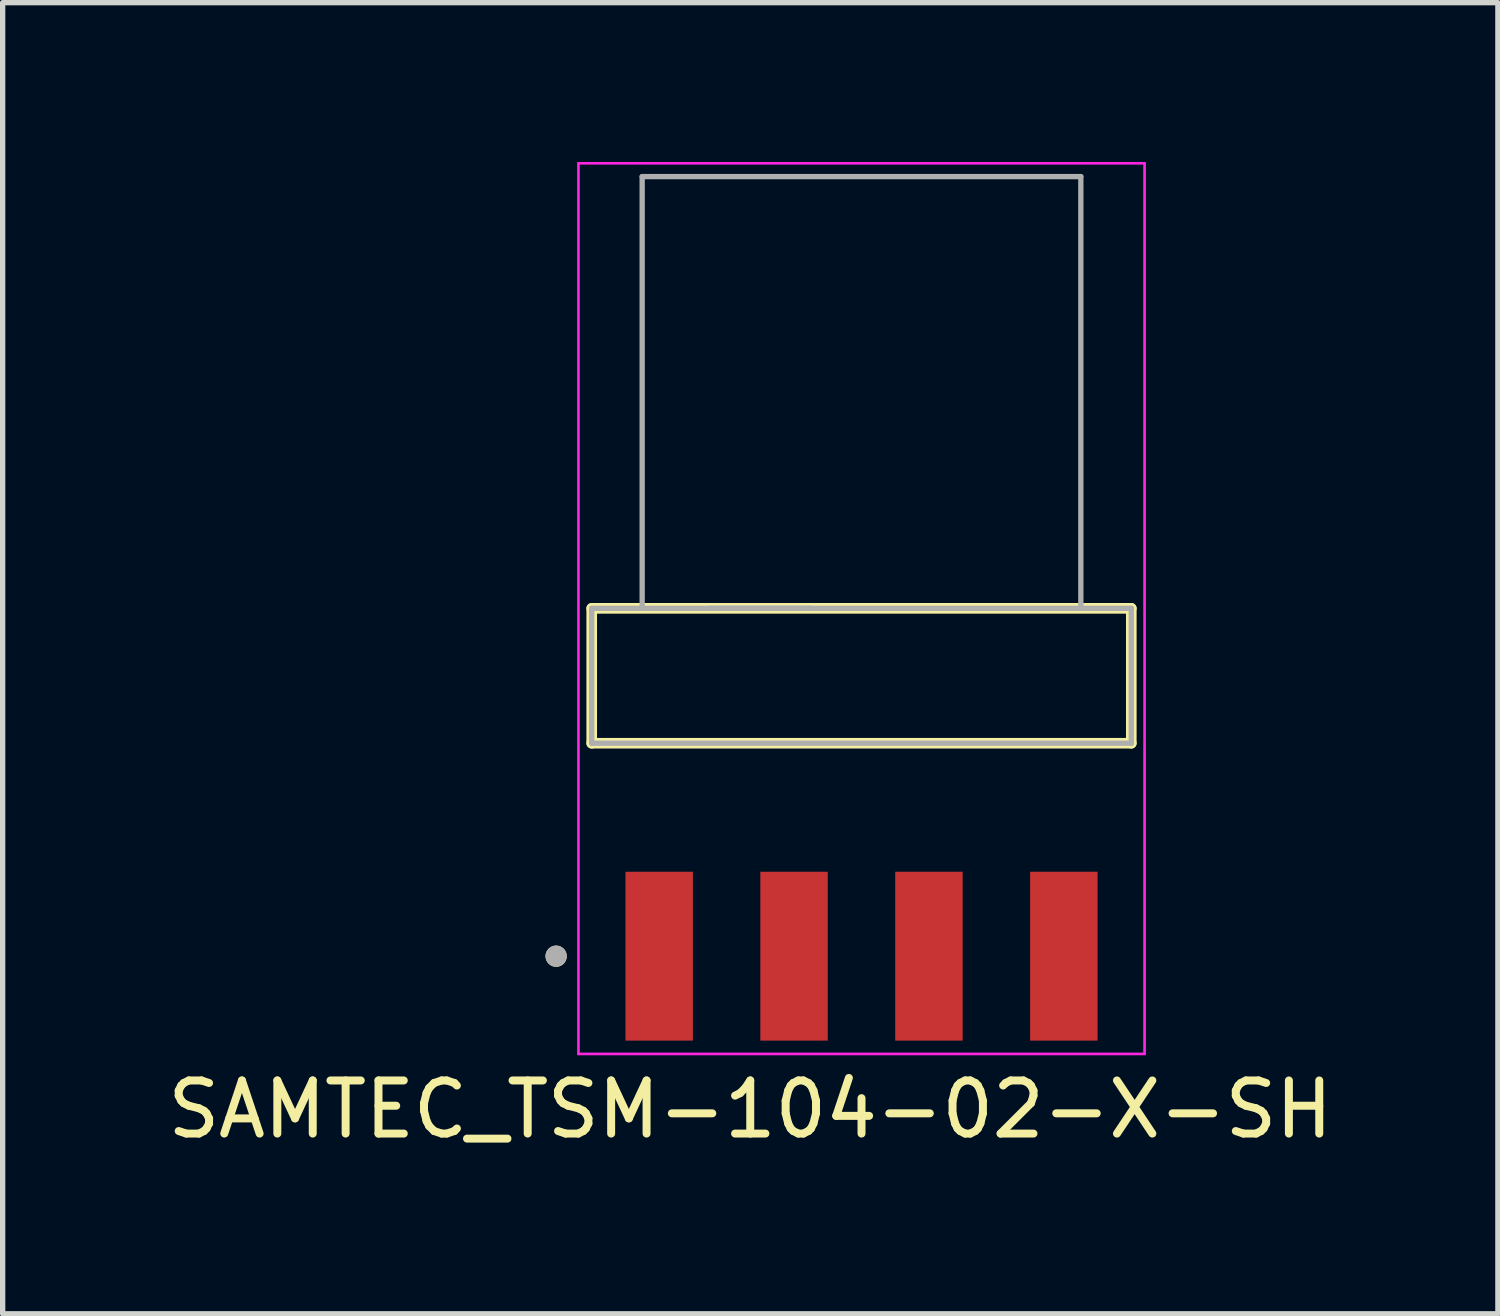
<source format=kicad_pcb>
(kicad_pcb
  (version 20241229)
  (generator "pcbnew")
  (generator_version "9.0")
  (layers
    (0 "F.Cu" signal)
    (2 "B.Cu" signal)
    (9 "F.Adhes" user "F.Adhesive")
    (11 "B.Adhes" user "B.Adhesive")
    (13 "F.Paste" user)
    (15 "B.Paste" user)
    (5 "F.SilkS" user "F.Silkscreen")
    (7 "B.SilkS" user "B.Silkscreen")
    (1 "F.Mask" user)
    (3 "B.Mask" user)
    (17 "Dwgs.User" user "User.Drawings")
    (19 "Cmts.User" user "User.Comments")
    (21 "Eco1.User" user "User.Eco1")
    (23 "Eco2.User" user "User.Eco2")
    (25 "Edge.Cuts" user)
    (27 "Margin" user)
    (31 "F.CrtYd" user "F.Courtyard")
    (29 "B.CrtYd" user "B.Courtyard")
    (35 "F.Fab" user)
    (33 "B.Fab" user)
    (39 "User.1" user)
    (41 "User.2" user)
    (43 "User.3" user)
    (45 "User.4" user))
  (footprint "SAMTEC_TSM-104-02-X-SH"
    (layer "F.Cu")
    (at 13.172 9.675)
    (property "Reference" "SAMTEC_TSM-104-02-X-SH" (at -2.095 8.165 0) (layer "F.SilkS") (effects (font (size 1 1) (thickness 0.15))))
    (attr smd)
    (fp_line (start -5.08 -1.27) (end -5.08 1.27) (stroke (width 0.2) (type solid)) (layer "F.SilkS"))
    (fp_line (start -5.08 1.27) (end 5.08 1.27) (stroke (width 0.2) (type solid)) (layer "F.SilkS"))
    (fp_line (start 5.08 -1.27) (end -5.08 -1.27) (stroke (width 0.2) (type solid)) (layer "F.SilkS"))
    (fp_line (start 5.08 1.27) (end 5.08 -1.27) (stroke (width 0.2) (type solid)) (layer "F.SilkS"))
    (fp_circle (center -5.75 5.28) (end -5.65 5.28) (stroke (width 0.2) (type solid)) (fill no) (layer "F.SilkS"))
    (fp_line (start -5.33 -9.65) (end -5.33 7.12) (stroke (width 0.05) (type solid)) (layer "F.CrtYd"))
    (fp_line (start -5.33 7.12) (end 5.33 7.12) (stroke (width 0.05) (type solid)) (layer "F.CrtYd"))
    (fp_line (start 5.33 -9.65) (end -5.33 -9.65) (stroke (width 0.05) (type solid)) (layer "F.CrtYd"))
    (fp_line (start 5.33 7.12) (end 5.33 -9.65) (stroke (width 0.05) (type solid)) (layer "F.CrtYd"))
    (fp_line (start -5.08 -1.27) (end -4.13 -1.27) (stroke (width 0.1) (type solid)) (layer "F.Fab"))
    (fp_line (start -5.08 1.27) (end -5.08 -1.27) (stroke (width 0.1) (type solid)) (layer "F.Fab"))
    (fp_line (start -5.08 1.27) (end 5.08 1.27) (stroke (width 0.1) (type solid)) (layer "F.Fab"))
    (fp_line (start -4.13 -9.4) (end 4.13 -9.4) (stroke (width 0.1) (type solid)) (layer "F.Fab"))
    (fp_line (start -4.13 -1.27) (end -4.13 -9.4) (stroke (width 0.1) (type solid)) (layer "F.Fab"))
    (fp_line (start -4.13 -1.27) (end 4.13 -1.27) (stroke (width 0.1) (type solid)) (layer "F.Fab"))
    (fp_line (start -2.858 -1.27) (end -0.952 -1.27) (stroke (width 0.1) (type solid)) (layer "F.Fab"))
    (fp_line (start 4.13 -1.27) (end 4.13 -9.4) (stroke (width 0.1) (type solid)) (layer "F.Fab"))
    (fp_line (start 4.13 -1.27) (end 5.08 -1.27) (stroke (width 0.1) (type solid)) (layer "F.Fab"))
    (fp_line (start 5.08 -1.27) (end 5.08 1.27) (stroke (width 0.1) (type solid)) (layer "F.Fab"))
    (fp_circle (center -5.75 5.28) (end -5.65 5.28) (stroke (width 0.2) (type solid)) (fill no) (layer "F.Fab"))
    (pad "1" smd rect (at -3.81 5.28) (size 1.27 3.18) (layers "F.Cu" "F.Mask" "F.Paste"))
    (pad "2" smd rect (at -1.27 5.28) (size 1.27 3.18) (layers "F.Cu" "F.Mask" "F.Paste"))
    (pad "3" smd rect (at 1.27 5.28) (size 1.27 3.18) (layers "F.Cu" "F.Mask" "F.Paste"))
    (pad "4" smd rect (at 3.81 5.28) (size 1.27 3.18) (layers "F.Cu" "F.Mask" "F.Paste")))
  (gr_rect
    (start -3 -3)
    (end 25.155 21.688)
    (stroke (width 0.1) (type default))
    (fill no)
    (layer "Edge.Cuts")))
</source>
